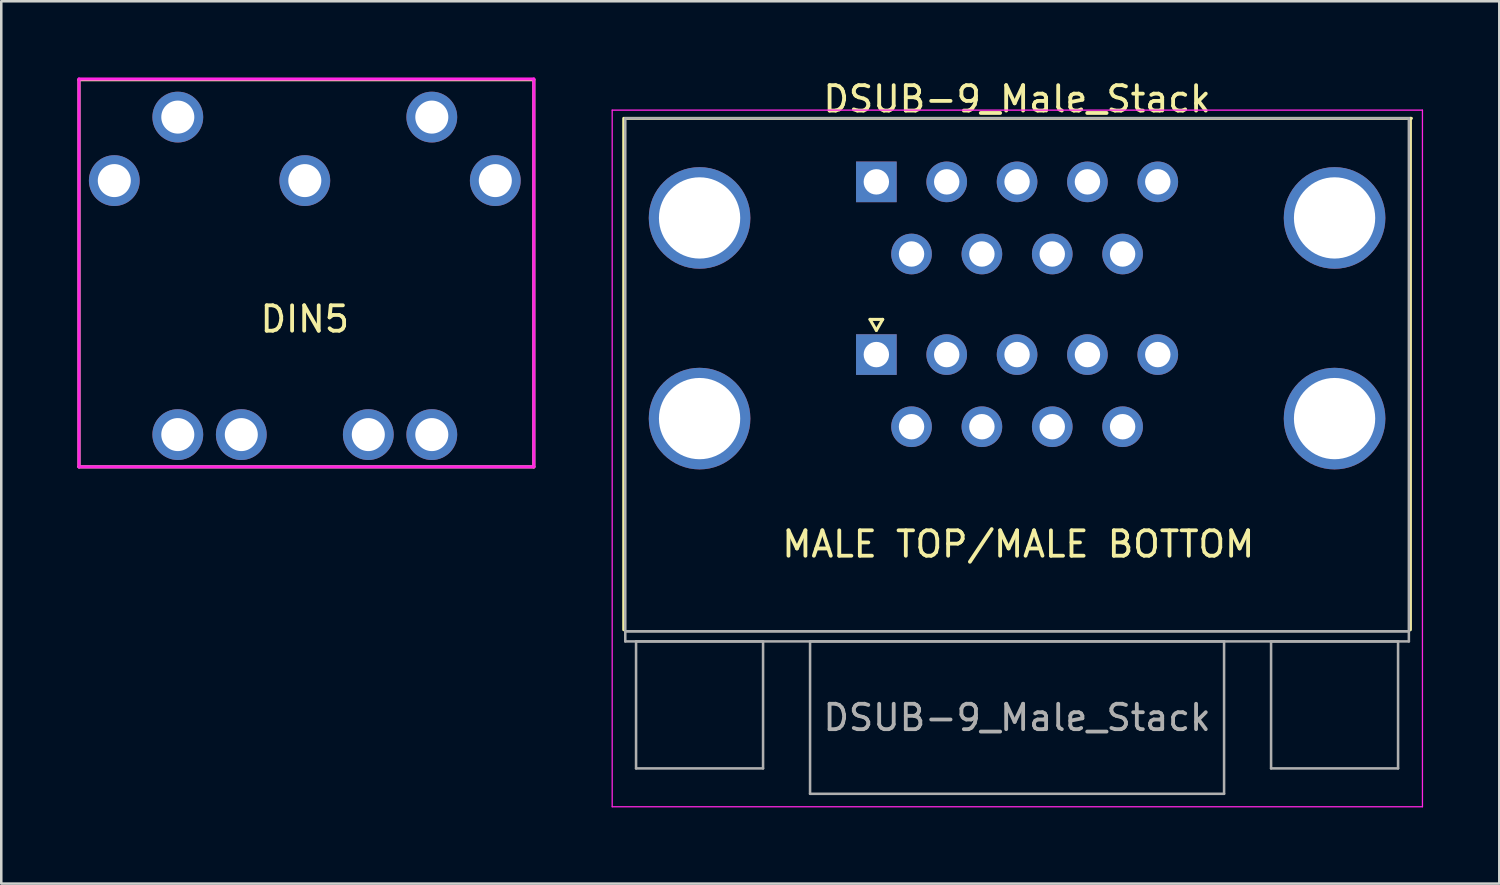
<source format=kicad_pcb>
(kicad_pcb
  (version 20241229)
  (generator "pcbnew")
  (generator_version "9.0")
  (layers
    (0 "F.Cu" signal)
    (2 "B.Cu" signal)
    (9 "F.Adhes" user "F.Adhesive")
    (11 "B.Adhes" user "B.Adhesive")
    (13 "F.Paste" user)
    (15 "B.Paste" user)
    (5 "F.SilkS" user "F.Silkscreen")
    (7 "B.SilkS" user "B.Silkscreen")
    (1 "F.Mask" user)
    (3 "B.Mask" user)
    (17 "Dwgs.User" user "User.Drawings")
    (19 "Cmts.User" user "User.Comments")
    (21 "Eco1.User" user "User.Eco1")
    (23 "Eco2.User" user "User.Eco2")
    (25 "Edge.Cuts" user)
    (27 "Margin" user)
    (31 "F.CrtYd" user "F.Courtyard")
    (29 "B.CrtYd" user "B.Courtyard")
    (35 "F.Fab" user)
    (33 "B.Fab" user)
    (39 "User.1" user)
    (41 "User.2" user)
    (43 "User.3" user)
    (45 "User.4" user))
  (footprint "DIN5"
    (layer "F.Cu")
    (at 8.95 14.06)
    (property "Reference" "DIN5" (at 0 -4.545 0) (layer "F.SilkS") (effects (font (size 1 1) (thickness 0.15))))
    (attr through_hole)
    (fp_line (start -8.89 -13.97) (end 9.017 -13.97) (stroke (width 0.12) (type solid)) (layer "F.SilkS"))
    (fp_line (start -8.89 1.27) (end -8.89 -13.97) (stroke (width 0.12) (type solid)) (layer "F.SilkS"))
    (fp_line (start 9.017 -13.97) (end 9.017 1.27) (stroke (width 0.12) (type solid)) (layer "F.SilkS"))
    (fp_line (start 9.017 1.27) (end -8.89 1.27) (stroke (width 0.12) (type solid)) (layer "F.SilkS"))
    (fp_line (start -8.89 -14) (end 9.017 -14) (stroke (width 0.12) (type solid)) (layer "F.CrtYd"))
    (fp_line (start -8.89 1.27) (end -8.89 -14) (stroke (width 0.12) (type solid)) (layer "F.CrtYd"))
    (fp_line (start 9.017 -14) (end 9.017 1.27) (stroke (width 0.12) (type solid)) (layer "F.CrtYd"))
    (fp_line (start 9.017 1.27) (end -8.89 1.27) (stroke (width 0.12) (type solid)) (layer "F.CrtYd"))
    (pad "0" thru_hole circle (at -5 0) (size 2 2) (drill 1.3) (layers "*.Cu" "*.Mask"))
    (pad "0" thru_hole circle (at -2.5 0) (size 2 2) (drill 1.3) (layers "*.Cu" "*.Mask"))
    (pad "0" thru_hole circle (at 2.5 0) (size 2 2) (drill 1.3) (layers "*.Cu" "*.Mask"))
    (pad "0" thru_hole circle (at 5 0) (size 2 2) (drill 1.3) (layers "*.Cu" "*.Mask"))
    (pad "1" thru_hole circle (at 7.5 -10) (size 2 2) (drill 1.3) (layers "*.Cu" "*.Mask"))
    (pad "2" thru_hole circle (at 0 -10) (size 2 2) (drill 1.3) (layers "*.Cu" "*.Mask"))
    (pad "3" thru_hole circle (at -7.5 -10) (size 2 2) (drill 1.3) (layers "*.Cu" "*.Mask"))
    (pad "4" thru_hole circle (at 5 -12.5) (size 2 2) (drill 1.3) (layers "*.Cu" "*.Mask"))
    (pad "5" thru_hole circle (at -5 -12.5) (size 2 2) (drill 1.3) (layers "*.Cu" "*.Mask")))
  (footprint "DSUB-9_Male_Stack"
    (layer "F.Cu")
    (at 37.04 21.93)
    (property "Reference" "DSUB-9_Male_Stack" (at -0.048 -21.082 0) (layer "F.SilkS") (effects (font (size 1 1) (thickness 0.15))))
    (attr through_hole)
    (fp_line (start -15.533 -0.188) (end -15.533 -20.32) (stroke (width 0.12) (type solid)) (layer "F.SilkS"))
    (fp_line (start -15.494 -20.32) (end 15.476 -20.32) (stroke (width 0.12) (type solid)) (layer "F.SilkS"))
    (fp_line (start -5.838 -12.406) (end -5.338 -12.406) (stroke (width 0.12) (type solid)) (layer "F.SilkS"))
    (fp_line (start -5.588 -11.973) (end -5.838 -12.406) (stroke (width 0.12) (type solid)) (layer "F.SilkS"))
    (fp_line (start -5.338 -12.406) (end -5.588 -11.973) (stroke (width 0.12) (type solid)) (layer "F.SilkS"))
    (fp_line (start 15.437 -20.32) (end 15.437 -0.188) (stroke (width 0.12) (type solid)) (layer "F.SilkS"))
    (fp_line (start -15.988 -20.644) (end -15.988 6.782) (stroke (width 0.05) (type solid)) (layer "F.CrtYd"))
    (fp_line (start -15.988 6.782) (end 15.912 6.782) (stroke (width 0.05) (type solid)) (layer "F.CrtYd"))
    (fp_line (start 15.912 -20.644) (end -15.988 -20.644) (stroke (width 0.05) (type solid)) (layer "F.CrtYd"))
    (fp_line (start 15.912 6.782) (end 15.912 -20.644) (stroke (width 0.05) (type solid)) (layer "F.CrtYd"))
    (fp_line (start -15.473 -20.32) (end -15.473 -0.128) (stroke (width 0.1) (type solid)) (layer "F.Fab"))
    (fp_line (start -15.473 -0.128) (end -15.473 0.272) (stroke (width 0.1) (type solid)) (layer "F.Fab"))
    (fp_line (start -15.473 -0.128) (end 15.377 -0.128) (stroke (width 0.1) (type solid)) (layer "F.Fab"))
    (fp_line (start -15.473 0.272) (end 15.377 0.272) (stroke (width 0.1) (type solid)) (layer "F.Fab"))
    (fp_line (start -15.048 0.272) (end -15.048 5.272) (stroke (width 0.1) (type solid)) (layer "F.Fab"))
    (fp_line (start -15.048 5.272) (end -10.048 5.272) (stroke (width 0.1) (type solid)) (layer "F.Fab"))
    (fp_line (start -10.048 0.272) (end -15.048 0.272) (stroke (width 0.1) (type solid)) (layer "F.Fab"))
    (fp_line (start -10.048 5.272) (end -10.048 0.272) (stroke (width 0.1) (type solid)) (layer "F.Fab"))
    (fp_line (start -8.198 0.272) (end -8.198 6.272) (stroke (width 0.1) (type solid)) (layer "F.Fab"))
    (fp_line (start -8.198 6.272) (end 8.102 6.272) (stroke (width 0.1) (type solid)) (layer "F.Fab"))
    (fp_line (start 8.102 0.272) (end -8.198 0.272) (stroke (width 0.1) (type solid)) (layer "F.Fab"))
    (fp_line (start 8.102 6.272) (end 8.102 0.272) (stroke (width 0.1) (type solid)) (layer "F.Fab"))
    (fp_line (start 9.952 0.272) (end 9.952 5.272) (stroke (width 0.1) (type solid)) (layer "F.Fab"))
    (fp_line (start 9.952 5.272) (end 14.952 5.272) (stroke (width 0.1) (type solid)) (layer "F.Fab"))
    (fp_line (start 14.952 0.272) (end 9.952 0.272) (stroke (width 0.1) (type solid)) (layer "F.Fab"))
    (fp_line (start 14.952 5.272) (end 14.952 0.272) (stroke (width 0.1) (type solid)) (layer "F.Fab"))
    (fp_line (start 15.377 -20.32) (end -15.473 -20.32) (stroke (width 0.1) (type solid)) (layer "F.Fab"))
    (fp_line (start 15.377 -0.128) (end -15.473 -0.128) (stroke (width 0.1) (type solid)) (layer "F.Fab"))
    (fp_line (start 15.377 -0.128) (end 15.377 -20.32) (stroke (width 0.1) (type solid)) (layer "F.Fab"))
    (fp_line (start 15.377 0.272) (end 15.377 -0.128) (stroke (width 0.1) (type solid)) (layer "F.Fab"))
    (fp_text user "MALE TOP/MALE BOTTOM" (at 0 -3.556 0) (layer "F.SilkS") (effects (font (size 1 1) (thickness 0.15))))
    (fp_text user "${REFERENCE}" (at -0.048 3.272 0) (layer "F.Fab") (effects (font (size 1 1) (thickness 0.15))))
    (pad "0" thru_hole circle (at -12.548 -16.4) (size 4 4) (drill 3.2) (layers "*.Cu" "*.Mask"))
    (pad "0" thru_hole circle (at -12.548 -8.5) (size 4 4) (drill 3.2) (layers "*.Cu" "*.Mask"))
    (pad "0" thru_hole circle (at 12.452 -16.4) (size 4 4) (drill 3.2) (layers "*.Cu" "*.Mask"))
    (pad "0" thru_hole circle (at 12.452 -8.5) (size 4 4) (drill 3.2) (layers "*.Cu" "*.Mask"))
    (pad "1" thru_hole rect (at -5.588 -11.02) (size 1.6 1.6) (drill 1) (layers "*.Cu" "*.Mask"))
    (pad "2" thru_hole circle (at -2.818 -11.02) (size 1.6 1.6) (drill 1) (layers "*.Cu" "*.Mask"))
    (pad "3" thru_hole circle (at -0.048 -11.02) (size 1.6 1.6) (drill 1) (layers "*.Cu" "*.Mask"))
    (pad "4" thru_hole circle (at 2.722 -11.02) (size 1.6 1.6) (drill 1) (layers "*.Cu" "*.Mask"))
    (pad "5" thru_hole circle (at 5.492 -11.02) (size 1.6 1.6) (drill 1) (layers "*.Cu" "*.Mask"))
    (pad "6" thru_hole circle (at -4.203 -8.18) (size 1.6 1.6) (drill 1) (layers "*.Cu" "*.Mask"))
    (pad "7" thru_hole circle (at -1.433 -8.18) (size 1.6 1.6) (drill 1) (layers "*.Cu" "*.Mask"))
    (pad "8" thru_hole circle (at 1.337 -8.18) (size 1.6 1.6) (drill 1) (layers "*.Cu" "*.Mask"))
    (pad "9" thru_hole circle (at 4.107 -8.18) (size 1.6 1.6) (drill 1) (layers "*.Cu" "*.Mask"))
    (pad "10" thru_hole rect (at -5.588 -17.82) (size 1.6 1.6) (drill 1) (layers "*.Cu" "*.Mask"))
    (pad "11" thru_hole circle (at -2.818 -17.82) (size 1.6 1.6) (drill 1) (layers "*.Cu" "*.Mask"))
    (pad "12" thru_hole circle (at -0.048 -17.82) (size 1.6 1.6) (drill 1) (layers "*.Cu" "*.Mask"))
    (pad "13" thru_hole circle (at 2.722 -17.82) (size 1.6 1.6) (drill 1) (layers "*.Cu" "*.Mask"))
    (pad "14" thru_hole circle (at 5.492 -17.82) (size 1.6 1.6) (drill 1) (layers "*.Cu" "*.Mask"))
    (pad "15" thru_hole circle (at -4.203 -14.98) (size 1.6 1.6) (drill 1) (layers "*.Cu" "*.Mask"))
    (pad "16" thru_hole circle (at -1.433 -14.98) (size 1.6 1.6) (drill 1) (layers "*.Cu" "*.Mask"))
    (pad "17" thru_hole circle (at 1.337 -14.98) (size 1.6 1.6) (drill 1) (layers "*.Cu" "*.Mask"))
    (pad "18" thru_hole circle (at 4.107 -14.98) (size 1.6 1.6) (drill 1) (layers "*.Cu" "*.Mask")))
  (gr_rect
    (start -3 -3)
    (end 55.977 31.737)
    (stroke (width 0.1) (type default))
    (fill no)
    (layer "Edge.Cuts")))
</source>
